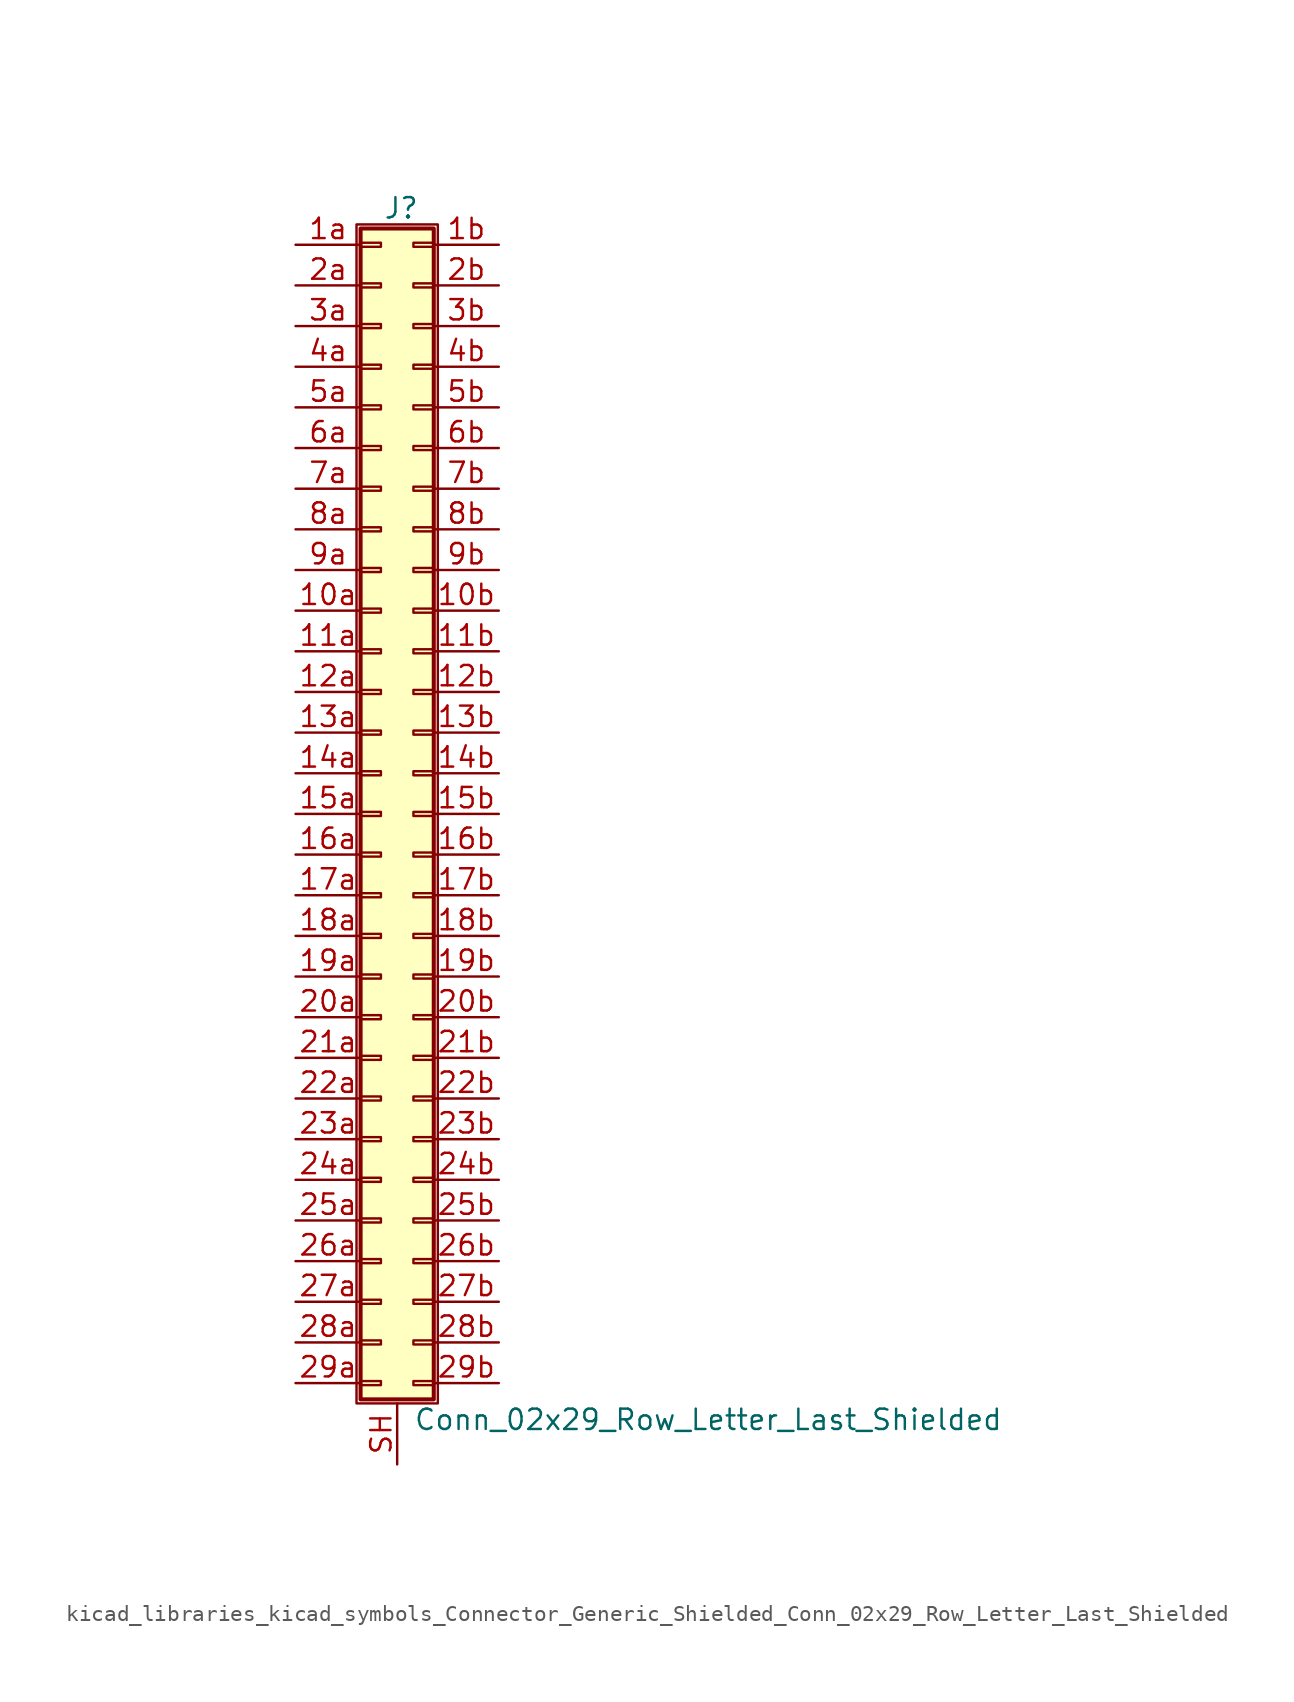
<source format=kicad_sym>
(kicad_symbol_lib
  (version 20220914)
  (generator kicad_symbol_editor)
  (symbol "kicad_libraries_kicad_symbols_Connector_Generic_Shielded_Conn_02x29_Row_Letter_Last_Shielded"
    (pin_names
      (offset 1.016) hide)
    (property "Reference" "J"
      (at 1.524 37.846 0)
      (effects (font (size 1.27 1.27))))
    (property "Value" "Conn_02x29_Row_Letter_Last_Shielded"
      (at 2.286 -37.846 0)
      (effects (font (size 1.27 1.27)) (justify left)))
    (symbol "kicad_libraries_kicad_symbols_Connector_Generic_Shielded_Conn_02x29_Row_Letter_Last_Shielded_1_1"
      (rectangle (start -1.27 36.83) (end 3.81 -36.83) (stroke (width 0.152) (type default)) (fill (type none)))
      (rectangle (start -1.016 -35.433) (end 0.254 -35.687) (stroke (width 0.152) (type default)) (fill (type none)))
      (rectangle (start -1.016 -32.893) (end 0.254 -33.147) (stroke (width 0.152) (type default)) (fill (type none)))
      (rectangle (start -1.016 -30.353) (end 0.254 -30.607) (stroke (width 0.152) (type default)) (fill (type none)))
      (rectangle (start -1.016 -27.813) (end 0.254 -28.067) (stroke (width 0.152) (type default)) (fill (type none)))
      (rectangle (start -1.016 -25.273) (end 0.254 -25.527) (stroke (width 0.152) (type default)) (fill (type none)))
      (rectangle (start -1.016 -22.733) (end 0.254 -22.987) (stroke (width 0.152) (type default)) (fill (type none)))
      (rectangle (start -1.016 -20.193) (end 0.254 -20.447) (stroke (width 0.152) (type default)) (fill (type none)))
      (rectangle (start -1.016 -17.653) (end 0.254 -17.907) (stroke (width 0.152) (type default)) (fill (type none)))
      (rectangle (start -1.016 -15.113) (end 0.254 -15.367) (stroke (width 0.152) (type default)) (fill (type none)))
      (rectangle (start -1.016 -12.573) (end 0.254 -12.827) (stroke (width 0.152) (type default)) (fill (type none)))
      (rectangle (start -1.016 -10.033) (end 0.254 -10.287) (stroke (width 0.152) (type default)) (fill (type none)))
      (rectangle (start -1.016 -7.493) (end 0.254 -7.747) (stroke (width 0.152) (type default)) (fill (type none)))
      (rectangle (start -1.016 -4.953) (end 0.254 -5.207) (stroke (width 0.152) (type default)) (fill (type none)))
      (rectangle (start -1.016 -2.413) (end 0.254 -2.667) (stroke (width 0.152) (type default)) (fill (type none)))
      (rectangle (start -1.016 0.127) (end 0.254 -0.127) (stroke (width 0.152) (type default)) (fill (type none)))
      (rectangle (start -1.016 2.667) (end 0.254 2.413) (stroke (width 0.152) (type default)) (fill (type none)))
      (rectangle (start -1.016 5.207) (end 0.254 4.953) (stroke (width 0.152) (type default)) (fill (type none)))
      (rectangle (start -1.016 7.747) (end 0.254 7.493) (stroke (width 0.152) (type default)) (fill (type none)))
      (rectangle (start -1.016 10.287) (end 0.254 10.033) (stroke (width 0.152) (type default)) (fill (type none)))
      (rectangle (start -1.016 12.827) (end 0.254 12.573) (stroke (width 0.152) (type default)) (fill (type none)))
      (rectangle (start -1.016 15.367) (end 0.254 15.113) (stroke (width 0.152) (type default)) (fill (type none)))
      (rectangle (start -1.016 17.907) (end 0.254 17.653) (stroke (width 0.152) (type default)) (fill (type none)))
      (rectangle (start -1.016 20.447) (end 0.254 20.193) (stroke (width 0.152) (type default)) (fill (type none)))
      (rectangle (start -1.016 22.987) (end 0.254 22.733) (stroke (width 0.152) (type default)) (fill (type none)))
      (rectangle (start -1.016 25.527) (end 0.254 25.273) (stroke (width 0.152) (type default)) (fill (type none)))
      (rectangle (start -1.016 28.067) (end 0.254 27.813) (stroke (width 0.152) (type default)) (fill (type none)))
      (rectangle (start -1.016 30.607) (end 0.254 30.353) (stroke (width 0.152) (type default)) (fill (type none)))
      (rectangle (start -1.016 33.147) (end 0.254 32.893) (stroke (width 0.152) (type default)) (fill (type none)))
      (rectangle (start -1.016 35.687) (end 0.254 35.433) (stroke (width 0.152) (type default)) (fill (type none)))
      (rectangle (start -1.016 36.576) (end 3.556 -36.576) (stroke (width 0.254) (type default)) (fill (type background)))
      (rectangle (start 3.556 -35.433) (end 2.286 -35.687) (stroke (width 0.152) (type default)) (fill (type none)))
      (rectangle (start 3.556 -32.893) (end 2.286 -33.147) (stroke (width 0.152) (type default)) (fill (type none)))
      (rectangle (start 3.556 -30.353) (end 2.286 -30.607) (stroke (width 0.152) (type default)) (fill (type none)))
      (rectangle (start 3.556 -27.813) (end 2.286 -28.067) (stroke (width 0.152) (type default)) (fill (type none)))
      (rectangle (start 3.556 -25.273) (end 2.286 -25.527) (stroke (width 0.152) (type default)) (fill (type none)))
      (rectangle (start 3.556 -22.733) (end 2.286 -22.987) (stroke (width 0.152) (type default)) (fill (type none)))
      (rectangle (start 3.556 -20.193) (end 2.286 -20.447) (stroke (width 0.152) (type default)) (fill (type none)))
      (rectangle (start 3.556 -17.653) (end 2.286 -17.907) (stroke (width 0.152) (type default)) (fill (type none)))
      (rectangle (start 3.556 -15.113) (end 2.286 -15.367) (stroke (width 0.152) (type default)) (fill (type none)))
      (rectangle (start 3.556 -12.573) (end 2.286 -12.827) (stroke (width 0.152) (type default)) (fill (type none)))
      (rectangle (start 3.556 -10.033) (end 2.286 -10.287) (stroke (width 0.152) (type default)) (fill (type none)))
      (rectangle (start 3.556 -7.493) (end 2.286 -7.747) (stroke (width 0.152) (type default)) (fill (type none)))
      (rectangle (start 3.556 -4.953) (end 2.286 -5.207) (stroke (width 0.152) (type default)) (fill (type none)))
      (rectangle (start 3.556 -2.413) (end 2.286 -2.667) (stroke (width 0.152) (type default)) (fill (type none)))
      (rectangle (start 3.556 0.127) (end 2.286 -0.127) (stroke (width 0.152) (type default)) (fill (type none)))
      (rectangle (start 3.556 2.667) (end 2.286 2.413) (stroke (width 0.152) (type default)) (fill (type none)))
      (rectangle (start 3.556 5.207) (end 2.286 4.953) (stroke (width 0.152) (type default)) (fill (type none)))
      (rectangle (start 3.556 7.747) (end 2.286 7.493) (stroke (width 0.152) (type default)) (fill (type none)))
      (rectangle (start 3.556 10.287) (end 2.286 10.033) (stroke (width 0.152) (type default)) (fill (type none)))
      (rectangle (start 3.556 12.827) (end 2.286 12.573) (stroke (width 0.152) (type default)) (fill (type none)))
      (rectangle (start 3.556 15.367) (end 2.286 15.113) (stroke (width 0.152) (type default)) (fill (type none)))
      (rectangle (start 3.556 17.907) (end 2.286 17.653) (stroke (width 0.152) (type default)) (fill (type none)))
      (rectangle (start 3.556 20.447) (end 2.286 20.193) (stroke (width 0.152) (type default)) (fill (type none)))
      (rectangle (start 3.556 22.987) (end 2.286 22.733) (stroke (width 0.152) (type default)) (fill (type none)))
      (rectangle (start 3.556 25.527) (end 2.286 25.273) (stroke (width 0.152) (type default)) (fill (type none)))
      (rectangle (start 3.556 28.067) (end 2.286 27.813) (stroke (width 0.152) (type default)) (fill (type none)))
      (rectangle (start 3.556 30.607) (end 2.286 30.353) (stroke (width 0.152) (type default)) (fill (type none)))
      (rectangle (start 3.556 33.147) (end 2.286 32.893) (stroke (width 0.152) (type default)) (fill (type none)))
      (rectangle (start 3.556 35.687) (end 2.286 35.433) (stroke (width 0.152) (type default)) (fill (type none)))
      (pin passive line (at -5.08 12.7 0) (length 4.064) (name "Pin_10a" (effects (font (size 1.27 1.27)))) (number "10a" (effects (font (size 1.27 1.27)))))
      (pin passive line (at 7.62 12.7 180) (length 4.064) (name "Pin_10b" (effects (font (size 1.27 1.27)))) (number "10b" (effects (font (size 1.27 1.27)))))
      (pin passive line (at -5.08 10.16 0) (length 4.064) (name "Pin_11a" (effects (font (size 1.27 1.27)))) (number "11a" (effects (font (size 1.27 1.27)))))
      (pin passive line (at 7.62 10.16 180) (length 4.064) (name "Pin_11b" (effects (font (size 1.27 1.27)))) (number "11b" (effects (font (size 1.27 1.27)))))
      (pin passive line (at -5.08 7.62 0) (length 4.064) (name "Pin_12a" (effects (font (size 1.27 1.27)))) (number "12a" (effects (font (size 1.27 1.27)))))
      (pin passive line (at 7.62 7.62 180) (length 4.064) (name "Pin_12b" (effects (font (size 1.27 1.27)))) (number "12b" (effects (font (size 1.27 1.27)))))
      (pin passive line (at -5.08 5.08 0) (length 4.064) (name "Pin_13a" (effects (font (size 1.27 1.27)))) (number "13a" (effects (font (size 1.27 1.27)))))
      (pin passive line (at 7.62 5.08 180) (length 4.064) (name "Pin_13b" (effects (font (size 1.27 1.27)))) (number "13b" (effects (font (size 1.27 1.27)))))
      (pin passive line (at -5.08 2.54 0) (length 4.064) (name "Pin_14a" (effects (font (size 1.27 1.27)))) (number "14a" (effects (font (size 1.27 1.27)))))
      (pin passive line (at 7.62 2.54 180) (length 4.064) (name "Pin_14b" (effects (font (size 1.27 1.27)))) (number "14b" (effects (font (size 1.27 1.27)))))
      (pin passive line (at -5.08 0 0) (length 4.064) (name "Pin_15a" (effects (font (size 1.27 1.27)))) (number "15a" (effects (font (size 1.27 1.27)))))
      (pin passive line (at 7.62 0 180) (length 4.064) (name "Pin_15b" (effects (font (size 1.27 1.27)))) (number "15b" (effects (font (size 1.27 1.27)))))
      (pin passive line (at -5.08 -2.54 0) (length 4.064) (name "Pin_16a" (effects (font (size 1.27 1.27)))) (number "16a" (effects (font (size 1.27 1.27)))))
      (pin passive line (at 7.62 -2.54 180) (length 4.064) (name "Pin_16b" (effects (font (size 1.27 1.27)))) (number "16b" (effects (font (size 1.27 1.27)))))
      (pin passive line (at -5.08 -5.08 0) (length 4.064) (name "Pin_17a" (effects (font (size 1.27 1.27)))) (number "17a" (effects (font (size 1.27 1.27)))))
      (pin passive line (at 7.62 -5.08 180) (length 4.064) (name "Pin_17b" (effects (font (size 1.27 1.27)))) (number "17b" (effects (font (size 1.27 1.27)))))
      (pin passive line (at -5.08 -7.62 0) (length 4.064) (name "Pin_18a" (effects (font (size 1.27 1.27)))) (number "18a" (effects (font (size 1.27 1.27)))))
      (pin passive line (at 7.62 -7.62 180) (length 4.064) (name "Pin_18b" (effects (font (size 1.27 1.27)))) (number "18b" (effects (font (size 1.27 1.27)))))
      (pin passive line (at -5.08 -10.16 0) (length 4.064) (name "Pin_19a" (effects (font (size 1.27 1.27)))) (number "19a" (effects (font (size 1.27 1.27)))))
      (pin passive line (at 7.62 -10.16 180) (length 4.064) (name "Pin_19b" (effects (font (size 1.27 1.27)))) (number "19b" (effects (font (size 1.27 1.27)))))
      (pin passive line (at -5.08 35.56 0) (length 4.064) (name "Pin_1a" (effects (font (size 1.27 1.27)))) (number "1a" (effects (font (size 1.27 1.27)))))
      (pin passive line (at 7.62 35.56 180) (length 4.064) (name "Pin_1b" (effects (font (size 1.27 1.27)))) (number "1b" (effects (font (size 1.27 1.27)))))
      (pin passive line (at -5.08 -12.7 0) (length 4.064) (name "Pin_20a" (effects (font (size 1.27 1.27)))) (number "20a" (effects (font (size 1.27 1.27)))))
      (pin passive line (at 7.62 -12.7 180) (length 4.064) (name "Pin_20b" (effects (font (size 1.27 1.27)))) (number "20b" (effects (font (size 1.27 1.27)))))
      (pin passive line (at -5.08 -15.24 0) (length 4.064) (name "Pin_21a" (effects (font (size 1.27 1.27)))) (number "21a" (effects (font (size 1.27 1.27)))))
      (pin passive line (at 7.62 -15.24 180) (length 4.064) (name "Pin_21b" (effects (font (size 1.27 1.27)))) (number "21b" (effects (font (size 1.27 1.27)))))
      (pin passive line (at -5.08 -17.78 0) (length 4.064) (name "Pin_22a" (effects (font (size 1.27 1.27)))) (number "22a" (effects (font (size 1.27 1.27)))))
      (pin passive line (at 7.62 -17.78 180) (length 4.064) (name "Pin_22b" (effects (font (size 1.27 1.27)))) (number "22b" (effects (font (size 1.27 1.27)))))
      (pin passive line (at -5.08 -20.32 0) (length 4.064) (name "Pin_23a" (effects (font (size 1.27 1.27)))) (number "23a" (effects (font (size 1.27 1.27)))))
      (pin passive line (at 7.62 -20.32 180) (length 4.064) (name "Pin_23b" (effects (font (size 1.27 1.27)))) (number "23b" (effects (font (size 1.27 1.27)))))
      (pin passive line (at -5.08 -22.86 0) (length 4.064) (name "Pin_24a" (effects (font (size 1.27 1.27)))) (number "24a" (effects (font (size 1.27 1.27)))))
      (pin passive line (at 7.62 -22.86 180) (length 4.064) (name "Pin_24b" (effects (font (size 1.27 1.27)))) (number "24b" (effects (font (size 1.27 1.27)))))
      (pin passive line (at -5.08 -25.4 0) (length 4.064) (name "Pin_25a" (effects (font (size 1.27 1.27)))) (number "25a" (effects (font (size 1.27 1.27)))))
      (pin passive line (at 7.62 -25.4 180) (length 4.064) (name "Pin_25b" (effects (font (size 1.27 1.27)))) (number "25b" (effects (font (size 1.27 1.27)))))
      (pin passive line (at -5.08 -27.94 0) (length 4.064) (name "Pin_26a" (effects (font (size 1.27 1.27)))) (number "26a" (effects (font (size 1.27 1.27)))))
      (pin passive line (at 7.62 -27.94 180) (length 4.064) (name "Pin_26b" (effects (font (size 1.27 1.27)))) (number "26b" (effects (font (size 1.27 1.27)))))
      (pin passive line (at -5.08 -30.48 0) (length 4.064) (name "Pin_27a" (effects (font (size 1.27 1.27)))) (number "27a" (effects (font (size 1.27 1.27)))))
      (pin passive line (at 7.62 -30.48 180) (length 4.064) (name "Pin_27b" (effects (font (size 1.27 1.27)))) (number "27b" (effects (font (size 1.27 1.27)))))
      (pin passive line (at -5.08 -33.02 0) (length 4.064) (name "Pin_28a" (effects (font (size 1.27 1.27)))) (number "28a" (effects (font (size 1.27 1.27)))))
      (pin passive line (at 7.62 -33.02 180) (length 4.064) (name "Pin_28b" (effects (font (size 1.27 1.27)))) (number "28b" (effects (font (size 1.27 1.27)))))
      (pin passive line (at -5.08 -35.56 0) (length 4.064) (name "Pin_29a" (effects (font (size 1.27 1.27)))) (number "29a" (effects (font (size 1.27 1.27)))))
      (pin passive line (at 7.62 -35.56 180) (length 4.064) (name "Pin_29b" (effects (font (size 1.27 1.27)))) (number "29b" (effects (font (size 1.27 1.27)))))
      (pin passive line (at -5.08 33.02 0) (length 4.064) (name "Pin_2a" (effects (font (size 1.27 1.27)))) (number "2a" (effects (font (size 1.27 1.27)))))
      (pin passive line (at 7.62 33.02 180) (length 4.064) (name "Pin_2b" (effects (font (size 1.27 1.27)))) (number "2b" (effects (font (size 1.27 1.27)))))
      (pin passive line (at -5.08 30.48 0) (length 4.064) (name "Pin_3a" (effects (font (size 1.27 1.27)))) (number "3a" (effects (font (size 1.27 1.27)))))
      (pin passive line (at 7.62 30.48 180) (length 4.064) (name "Pin_3b" (effects (font (size 1.27 1.27)))) (number "3b" (effects (font (size 1.27 1.27)))))
      (pin passive line (at -5.08 27.94 0) (length 4.064) (name "Pin_4a" (effects (font (size 1.27 1.27)))) (number "4a" (effects (font (size 1.27 1.27)))))
      (pin passive line (at 7.62 27.94 180) (length 4.064) (name "Pin_4b" (effects (font (size 1.27 1.27)))) (number "4b" (effects (font (size 1.27 1.27)))))
      (pin passive line (at -5.08 25.4 0) (length 4.064) (name "Pin_5a" (effects (font (size 1.27 1.27)))) (number "5a" (effects (font (size 1.27 1.27)))))
      (pin passive line (at 7.62 25.4 180) (length 4.064) (name "Pin_5b" (effects (font (size 1.27 1.27)))) (number "5b" (effects (font (size 1.27 1.27)))))
      (pin passive line (at -5.08 22.86 0) (length 4.064) (name "Pin_6a" (effects (font (size 1.27 1.27)))) (number "6a" (effects (font (size 1.27 1.27)))))
      (pin passive line (at 7.62 22.86 180) (length 4.064) (name "Pin_6b" (effects (font (size 1.27 1.27)))) (number "6b" (effects (font (size 1.27 1.27)))))
      (pin passive line (at -5.08 20.32 0) (length 4.064) (name "Pin_7a" (effects (font (size 1.27 1.27)))) (number "7a" (effects (font (size 1.27 1.27)))))
      (pin passive line (at 7.62 20.32 180) (length 4.064) (name "Pin_7b" (effects (font (size 1.27 1.27)))) (number "7b" (effects (font (size 1.27 1.27)))))
      (pin passive line (at -5.08 17.78 0) (length 4.064) (name "Pin_8a" (effects (font (size 1.27 1.27)))) (number "8a" (effects (font (size 1.27 1.27)))))
      (pin passive line (at 7.62 17.78 180) (length 4.064) (name "Pin_8b" (effects (font (size 1.27 1.27)))) (number "8b" (effects (font (size 1.27 1.27)))))
      (pin passive line (at -5.08 15.24 0) (length 4.064) (name "Pin_9a" (effects (font (size 1.27 1.27)))) (number "9a" (effects (font (size 1.27 1.27)))))
      (pin passive line (at 7.62 15.24 180) (length 4.064) (name "Pin_9b" (effects (font (size 1.27 1.27)))) (number "9b" (effects (font (size 1.27 1.27)))))
      (pin passive line (at 1.27 -40.64 90) (length 3.81) (name "Shield" (effects (font (size 1.27 1.27)))) (number "SH" (effects (font (size 1.27 1.27))))))))
</source>
